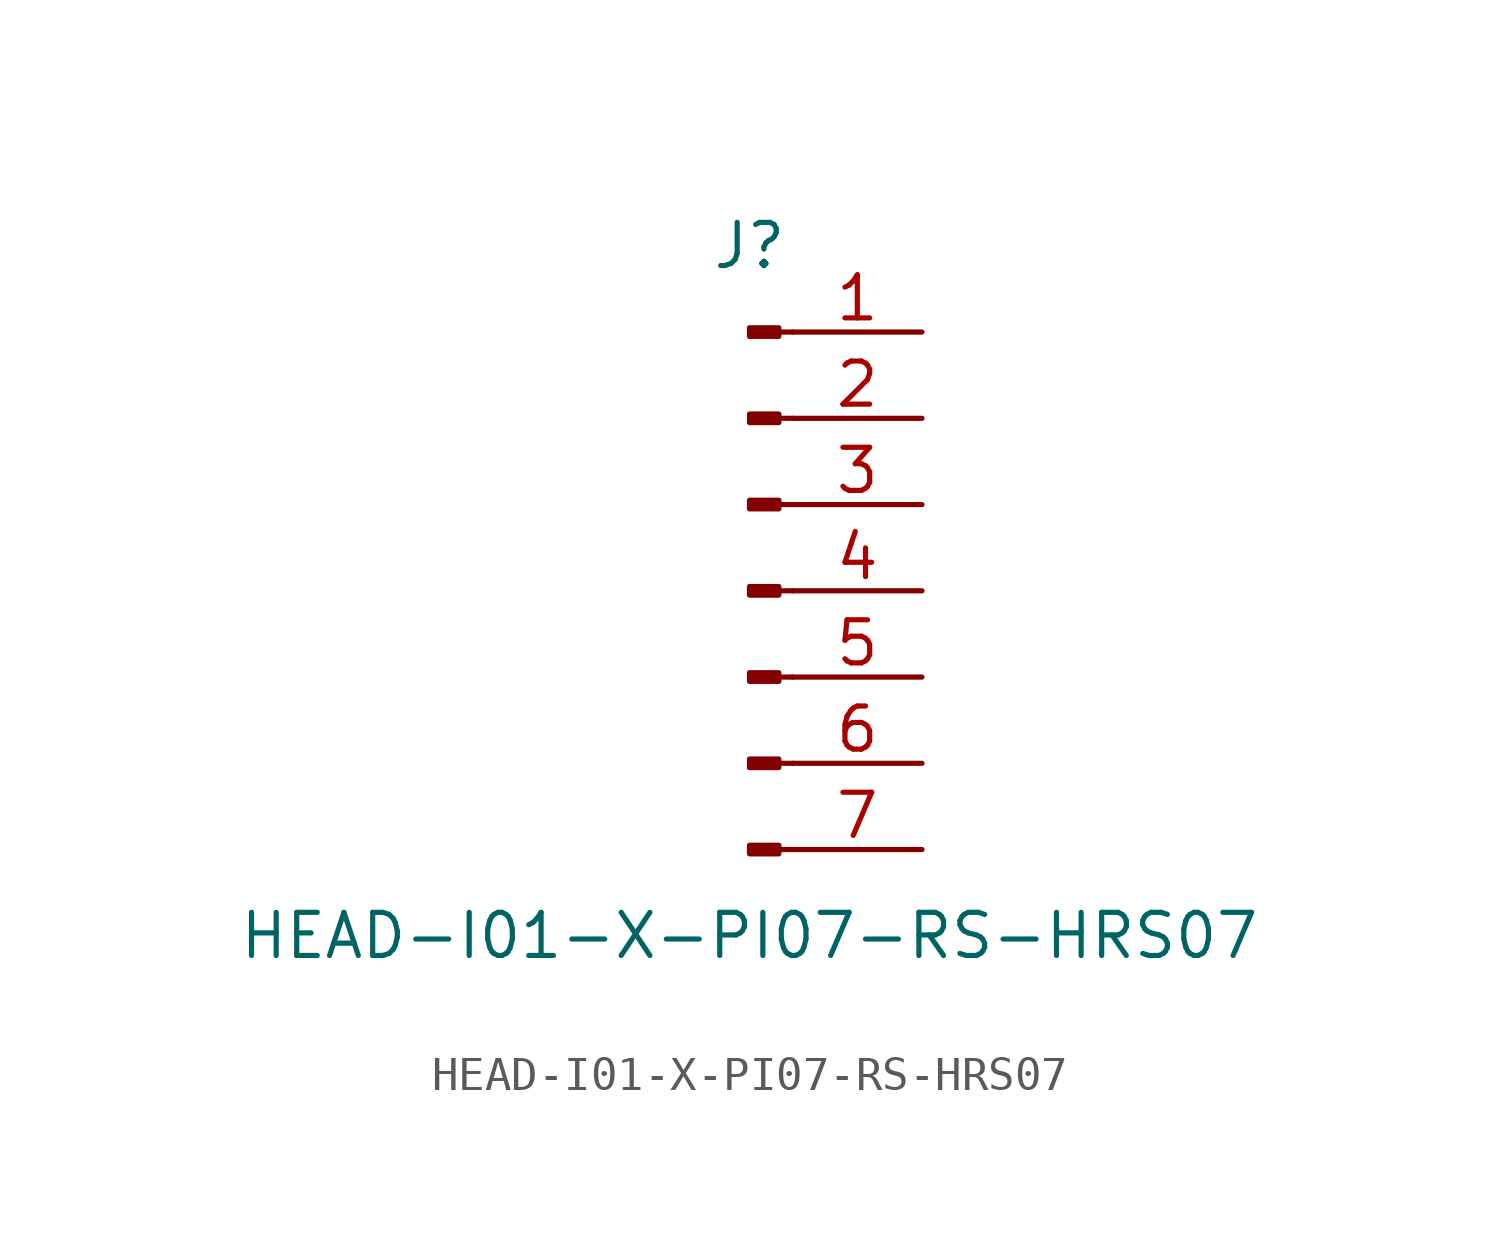
<source format=kicad_sym>
(kicad_symbol_lib
  (version 20211014)
  (generator kicad_symbol_editor)
  (symbol "HEAD-I01-X-PI07-RS-HRS07"
    (pin_names
      (offset 1.016) hide)
    (property "Reference" "J"
      (at 0 10.16 0)
      (effects (font (size 1.27 1.27))))
    (property "Value" "HEAD-I01-X-PI07-RS-HRS07"
      (at 0 -10.16 0)
      (effects (font (size 1.27 1.27))))
    (symbol "HEAD-I01-X-PI07-RS-HRS07_1_1"
      (polyline (pts (xy 1.27 -7.62) (xy 0.864 -7.62)) (stroke (width 0.152) (type default) (color 0 0 0 0)) (fill (type none)))
      (polyline (pts (xy 1.27 -5.08) (xy 0.864 -5.08)) (stroke (width 0.152) (type default) (color 0 0 0 0)) (fill (type none)))
      (polyline (pts (xy 1.27 -2.54) (xy 0.864 -2.54)) (stroke (width 0.152) (type default) (color 0 0 0 0)) (fill (type none)))
      (polyline (pts (xy 1.27 0) (xy 0.864 0)) (stroke (width 0.152) (type default) (color 0 0 0 0)) (fill (type none)))
      (polyline (pts (xy 1.27 2.54) (xy 0.864 2.54)) (stroke (width 0.152) (type default) (color 0 0 0 0)) (fill (type none)))
      (polyline (pts (xy 1.27 5.08) (xy 0.864 5.08)) (stroke (width 0.152) (type default) (color 0 0 0 0)) (fill (type none)))
      (polyline (pts (xy 1.27 7.62) (xy 0.864 7.62)) (stroke (width 0.152) (type default) (color 0 0 0 0)) (fill (type none)))
      (rectangle (start 0.864 -7.493) (end 0 -7.747) (stroke (width 0.152) (type default) (color 0 0 0 0)) (fill (type outline)))
      (rectangle (start 0.864 -4.953) (end 0 -5.207) (stroke (width 0.152) (type default) (color 0 0 0 0)) (fill (type outline)))
      (rectangle (start 0.864 -2.413) (end 0 -2.667) (stroke (width 0.152) (type default) (color 0 0 0 0)) (fill (type outline)))
      (rectangle (start 0.864 0.127) (end 0 -0.127) (stroke (width 0.152) (type default) (color 0 0 0 0)) (fill (type outline)))
      (rectangle (start 0.864 2.667) (end 0 2.413) (stroke (width 0.152) (type default) (color 0 0 0 0)) (fill (type outline)))
      (rectangle (start 0.864 5.207) (end 0 4.953) (stroke (width 0.152) (type default) (color 0 0 0 0)) (fill (type outline)))
      (rectangle (start 0.864 7.747) (end 0 7.493) (stroke (width 0.152) (type default) (color 0 0 0 0)) (fill (type outline)))
      (pin passive line (at 5.08 7.62 180) (length 3.81) (name "Pin_1" (effects (font (size 1.27 1.27)))) (number "1" (effects (font (size 1.27 1.27)))))
      (pin passive line (at 5.08 5.08 180) (length 3.81) (name "Pin_2" (effects (font (size 1.27 1.27)))) (number "2" (effects (font (size 1.27 1.27)))))
      (pin passive line (at 5.08 2.54 180) (length 3.81) (name "Pin_3" (effects (font (size 1.27 1.27)))) (number "3" (effects (font (size 1.27 1.27)))))
      (pin passive line (at 5.08 0 180) (length 3.81) (name "Pin_4" (effects (font (size 1.27 1.27)))) (number "4" (effects (font (size 1.27 1.27)))))
      (pin passive line (at 5.08 -2.54 180) (length 3.81) (name "Pin_5" (effects (font (size 1.27 1.27)))) (number "5" (effects (font (size 1.27 1.27)))))
      (pin passive line (at 5.08 -5.08 180) (length 3.81) (name "Pin_6" (effects (font (size 1.27 1.27)))) (number "6" (effects (font (size 1.27 1.27)))))
      (pin passive line (at 5.08 -7.62 180) (length 3.81) (name "Pin_7" (effects (font (size 1.27 1.27)))) (number "7" (effects (font (size 1.27 1.27))))))))
</source>
